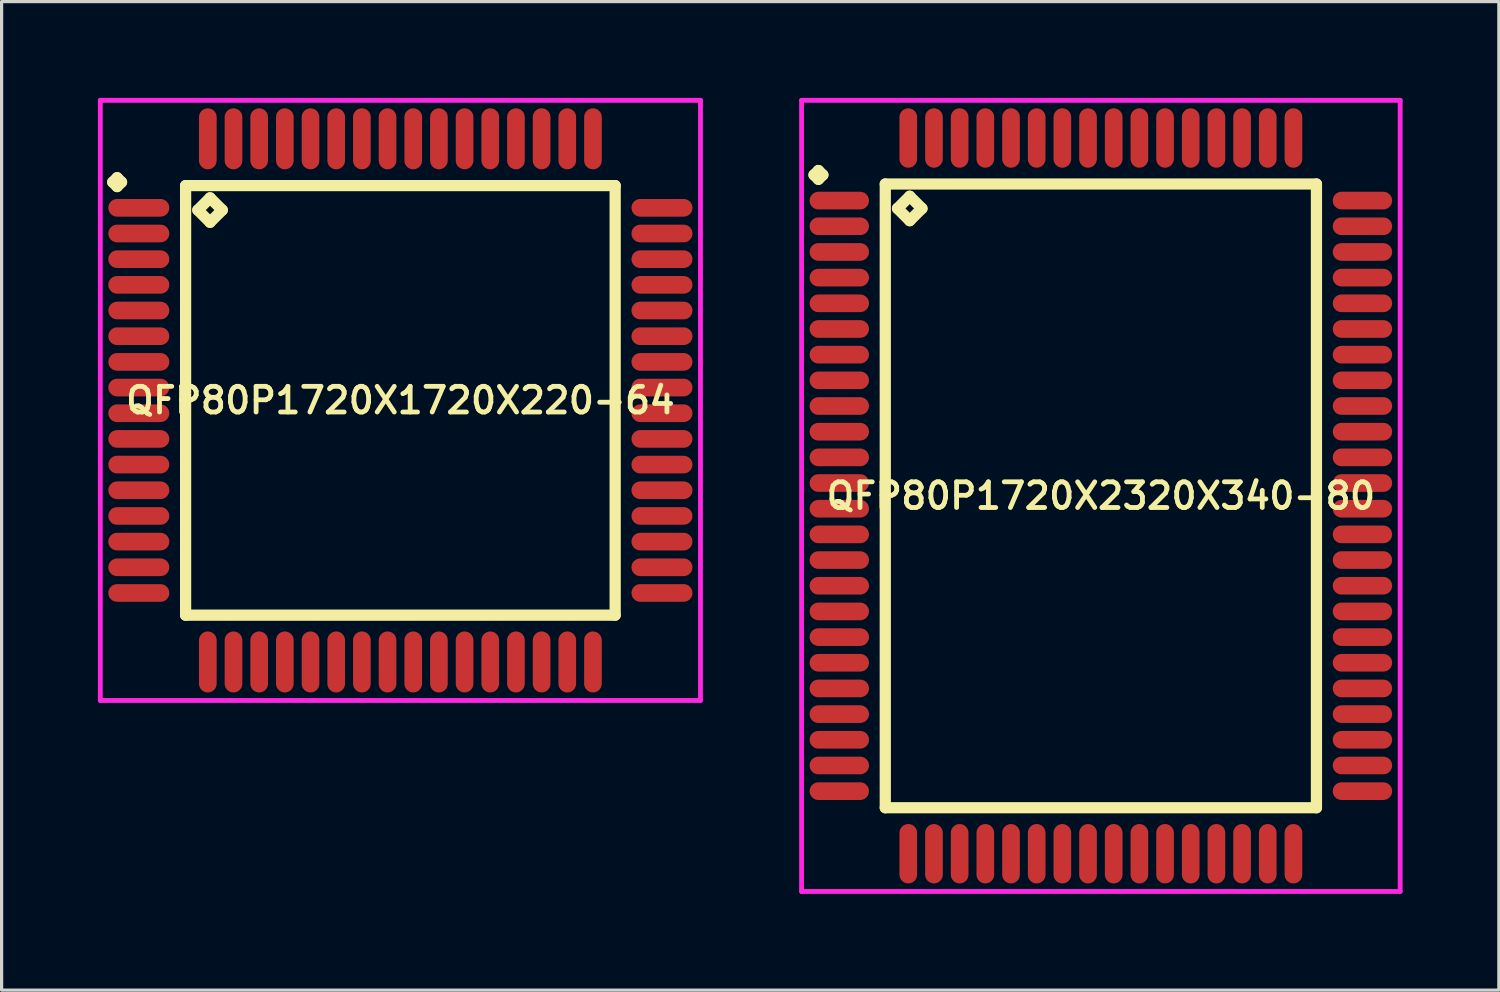
<source format=kicad_pcb>
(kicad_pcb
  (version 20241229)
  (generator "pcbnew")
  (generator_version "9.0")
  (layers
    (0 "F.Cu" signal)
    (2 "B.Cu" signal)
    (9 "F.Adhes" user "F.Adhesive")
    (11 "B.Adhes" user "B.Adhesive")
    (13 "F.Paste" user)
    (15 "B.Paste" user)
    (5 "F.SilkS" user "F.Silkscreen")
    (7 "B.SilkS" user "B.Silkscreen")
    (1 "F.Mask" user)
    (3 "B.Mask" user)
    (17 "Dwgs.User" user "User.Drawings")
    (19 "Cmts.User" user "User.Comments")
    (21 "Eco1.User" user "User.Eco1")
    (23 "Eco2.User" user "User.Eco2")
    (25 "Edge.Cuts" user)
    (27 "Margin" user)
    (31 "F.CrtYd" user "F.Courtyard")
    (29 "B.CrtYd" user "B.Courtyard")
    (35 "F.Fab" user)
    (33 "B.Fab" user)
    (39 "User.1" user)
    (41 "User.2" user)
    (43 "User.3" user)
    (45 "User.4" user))
  (footprint "QFP80P1720X2320X340-80"
    (layer "F.Cu")
    (at 31.25 12.4)
    (property "Reference" "QFP80P1720X2320X340-80" (at 0 0 0) (layer "F.SilkS") (effects (font (size 0.8 0.8) (thickness 0.15))))
    (attr through_hole)
    (fp_line (start -8.938 -10) (end -8.8 -10.137) (stroke (width 0.35) (type solid)) (layer "F.SilkS"))
    (fp_line (start -8.8 -10.137) (end -8.662 -10) (stroke (width 0.35) (type solid)) (layer "F.SilkS"))
    (fp_line (start -8.8 -9.863) (end -8.938 -10) (stroke (width 0.35) (type solid)) (layer "F.SilkS"))
    (fp_line (start -8.662 -10) (end -8.8 -9.863) (stroke (width 0.35) (type solid)) (layer "F.SilkS"))
    (fp_line (start -6.717 -9.717) (end -6.717 9.717) (stroke (width 0.35) (type solid)) (layer "F.SilkS"))
    (fp_line (start -6.717 9.717) (end 6.717 9.717) (stroke (width 0.35) (type solid)) (layer "F.SilkS"))
    (fp_line (start -6.336 -8.955) (end -5.955 -9.336) (stroke (width 0.35) (type solid)) (layer "F.SilkS"))
    (fp_line (start -5.955 -9.336) (end -5.574 -8.955) (stroke (width 0.35) (type solid)) (layer "F.SilkS"))
    (fp_line (start -5.955 -8.574) (end -6.336 -8.955) (stroke (width 0.35) (type solid)) (layer "F.SilkS"))
    (fp_line (start -5.574 -8.955) (end -5.955 -8.574) (stroke (width 0.35) (type solid)) (layer "F.SilkS"))
    (fp_line (start 6.717 -9.717) (end -6.717 -9.717) (stroke (width 0.35) (type solid)) (layer "F.SilkS"))
    (fp_line (start 6.717 9.717) (end 6.717 -9.717) (stroke (width 0.35) (type solid)) (layer "F.SilkS"))
    (fp_line (start -9.325 -12.325) (end 9.325 -12.325) (stroke (width 0.15) (type solid)) (layer "F.CrtYd"))
    (fp_line (start -9.325 12.325) (end -9.325 -12.325) (stroke (width 0.15) (type solid)) (layer "F.CrtYd"))
    (fp_line (start 9.325 -12.325) (end 9.325 12.325) (stroke (width 0.15) (type solid)) (layer "F.CrtYd"))
    (fp_line (start 9.325 12.325) (end -9.325 12.325) (stroke (width 0.15) (type solid)) (layer "F.CrtYd"))
    (pad "1" smd oval (at -8.15 -9.2) (size 1.85 0.55) (layers "F.Cu" "F.Mask" "F.Paste"))
    (pad "2" smd oval (at -8.15 -8.4) (size 1.85 0.55) (layers "F.Cu" "F.Mask" "F.Paste"))
    (pad "3" smd oval (at -8.15 -7.6) (size 1.85 0.55) (layers "F.Cu" "F.Mask" "F.Paste"))
    (pad "4" smd oval (at -8.15 -6.8) (size 1.85 0.55) (layers "F.Cu" "F.Mask" "F.Paste"))
    (pad "5" smd oval (at -8.15 -6) (size 1.85 0.55) (layers "F.Cu" "F.Mask" "F.Paste"))
    (pad "6" smd oval (at -8.15 -5.2) (size 1.85 0.55) (layers "F.Cu" "F.Mask" "F.Paste"))
    (pad "7" smd oval (at -8.15 -4.4) (size 1.85 0.55) (layers "F.Cu" "F.Mask" "F.Paste"))
    (pad "8" smd oval (at -8.15 -3.6) (size 1.85 0.55) (layers "F.Cu" "F.Mask" "F.Paste"))
    (pad "9" smd oval (at -8.15 -2.8) (size 1.85 0.55) (layers "F.Cu" "F.Mask" "F.Paste"))
    (pad "10" smd oval (at -8.15 -2) (size 1.85 0.55) (layers "F.Cu" "F.Mask" "F.Paste"))
    (pad "11" smd oval (at -8.15 -1.2) (size 1.85 0.55) (layers "F.Cu" "F.Mask" "F.Paste"))
    (pad "12" smd oval (at -8.15 -0.4) (size 1.85 0.55) (layers "F.Cu" "F.Mask" "F.Paste"))
    (pad "13" smd oval (at -8.15 0.4) (size 1.85 0.55) (layers "F.Cu" "F.Mask" "F.Paste"))
    (pad "14" smd oval (at -8.15 1.2) (size 1.85 0.55) (layers "F.Cu" "F.Mask" "F.Paste"))
    (pad "15" smd oval (at -8.15 2) (size 1.85 0.55) (layers "F.Cu" "F.Mask" "F.Paste"))
    (pad "16" smd oval (at -8.15 2.8) (size 1.85 0.55) (layers "F.Cu" "F.Mask" "F.Paste"))
    (pad "17" smd oval (at -8.15 3.6) (size 1.85 0.55) (layers "F.Cu" "F.Mask" "F.Paste"))
    (pad "18" smd oval (at -8.15 4.4) (size 1.85 0.55) (layers "F.Cu" "F.Mask" "F.Paste"))
    (pad "19" smd oval (at -8.15 5.2) (size 1.85 0.55) (layers "F.Cu" "F.Mask" "F.Paste"))
    (pad "20" smd oval (at -8.15 6) (size 1.85 0.55) (layers "F.Cu" "F.Mask" "F.Paste"))
    (pad "21" smd oval (at -8.15 6.8) (size 1.85 0.55) (layers "F.Cu" "F.Mask" "F.Paste"))
    (pad "22" smd oval (at -8.15 7.6) (size 1.85 0.55) (layers "F.Cu" "F.Mask" "F.Paste"))
    (pad "23" smd oval (at -8.15 8.4) (size 1.85 0.55) (layers "F.Cu" "F.Mask" "F.Paste"))
    (pad "24" smd oval (at -8.15 9.2) (size 1.85 0.55) (layers "F.Cu" "F.Mask" "F.Paste"))
    (pad "25" smd oval (at -6 11.15) (size 0.55 1.85) (layers "F.Cu" "F.Mask" "F.Paste"))
    (pad "26" smd oval (at -5.2 11.15) (size 0.55 1.85) (layers "F.Cu" "F.Mask" "F.Paste"))
    (pad "27" smd oval (at -4.4 11.15) (size 0.55 1.85) (layers "F.Cu" "F.Mask" "F.Paste"))
    (pad "28" smd oval (at -3.6 11.15) (size 0.55 1.85) (layers "F.Cu" "F.Mask" "F.Paste"))
    (pad "29" smd oval (at -2.8 11.15) (size 0.55 1.85) (layers "F.Cu" "F.Mask" "F.Paste"))
    (pad "30" smd oval (at -2 11.15) (size 0.55 1.85) (layers "F.Cu" "F.Mask" "F.Paste"))
    (pad "31" smd oval (at -1.2 11.15) (size 0.55 1.85) (layers "F.Cu" "F.Mask" "F.Paste"))
    (pad "32" smd oval (at -0.4 11.15) (size 0.55 1.85) (layers "F.Cu" "F.Mask" "F.Paste"))
    (pad "33" smd oval (at 0.4 11.15) (size 0.55 1.85) (layers "F.Cu" "F.Mask" "F.Paste"))
    (pad "34" smd oval (at 1.2 11.15) (size 0.55 1.85) (layers "F.Cu" "F.Mask" "F.Paste"))
    (pad "35" smd oval (at 2 11.15) (size 0.55 1.85) (layers "F.Cu" "F.Mask" "F.Paste"))
    (pad "36" smd oval (at 2.8 11.15) (size 0.55 1.85) (layers "F.Cu" "F.Mask" "F.Paste"))
    (pad "37" smd oval (at 3.6 11.15) (size 0.55 1.85) (layers "F.Cu" "F.Mask" "F.Paste"))
    (pad "38" smd oval (at 4.4 11.15) (size 0.55 1.85) (layers "F.Cu" "F.Mask" "F.Paste"))
    (pad "39" smd oval (at 5.2 11.15) (size 0.55 1.85) (layers "F.Cu" "F.Mask" "F.Paste"))
    (pad "40" smd oval (at 6 11.15) (size 0.55 1.85) (layers "F.Cu" "F.Mask" "F.Paste"))
    (pad "41" smd oval (at 8.15 9.2) (size 1.85 0.55) (layers "F.Cu" "F.Mask" "F.Paste"))
    (pad "42" smd oval (at 8.15 8.4) (size 1.85 0.55) (layers "F.Cu" "F.Mask" "F.Paste"))
    (pad "43" smd oval (at 8.15 7.6) (size 1.85 0.55) (layers "F.Cu" "F.Mask" "F.Paste"))
    (pad "44" smd oval (at 8.15 6.8) (size 1.85 0.55) (layers "F.Cu" "F.Mask" "F.Paste"))
    (pad "45" smd oval (at 8.15 6) (size 1.85 0.55) (layers "F.Cu" "F.Mask" "F.Paste"))
    (pad "46" smd oval (at 8.15 5.2) (size 1.85 0.55) (layers "F.Cu" "F.Mask" "F.Paste"))
    (pad "47" smd oval (at 8.15 4.4) (size 1.85 0.55) (layers "F.Cu" "F.Mask" "F.Paste"))
    (pad "48" smd oval (at 8.15 3.6) (size 1.85 0.55) (layers "F.Cu" "F.Mask" "F.Paste"))
    (pad "49" smd oval (at 8.15 2.8) (size 1.85 0.55) (layers "F.Cu" "F.Mask" "F.Paste"))
    (pad "50" smd oval (at 8.15 2) (size 1.85 0.55) (layers "F.Cu" "F.Mask" "F.Paste"))
    (pad "51" smd oval (at 8.15 1.2) (size 1.85 0.55) (layers "F.Cu" "F.Mask" "F.Paste"))
    (pad "52" smd oval (at 8.15 0.4) (size 1.85 0.55) (layers "F.Cu" "F.Mask" "F.Paste"))
    (pad "53" smd oval (at 8.15 -0.4) (size 1.85 0.55) (layers "F.Cu" "F.Mask" "F.Paste"))
    (pad "54" smd oval (at 8.15 -1.2) (size 1.85 0.55) (layers "F.Cu" "F.Mask" "F.Paste"))
    (pad "55" smd oval (at 8.15 -2) (size 1.85 0.55) (layers "F.Cu" "F.Mask" "F.Paste"))
    (pad "56" smd oval (at 8.15 -2.8) (size 1.85 0.55) (layers "F.Cu" "F.Mask" "F.Paste"))
    (pad "57" smd oval (at 8.15 -3.6) (size 1.85 0.55) (layers "F.Cu" "F.Mask" "F.Paste"))
    (pad "58" smd oval (at 8.15 -4.4) (size 1.85 0.55) (layers "F.Cu" "F.Mask" "F.Paste"))
    (pad "59" smd oval (at 8.15 -5.2) (size 1.85 0.55) (layers "F.Cu" "F.Mask" "F.Paste"))
    (pad "60" smd oval (at 8.15 -6) (size 1.85 0.55) (layers "F.Cu" "F.Mask" "F.Paste"))
    (pad "61" smd oval (at 8.15 -6.8) (size 1.85 0.55) (layers "F.Cu" "F.Mask" "F.Paste"))
    (pad "62" smd oval (at 8.15 -7.6) (size 1.85 0.55) (layers "F.Cu" "F.Mask" "F.Paste"))
    (pad "63" smd oval (at 8.15 -8.4) (size 1.85 0.55) (layers "F.Cu" "F.Mask" "F.Paste"))
    (pad "64" smd oval (at 8.15 -9.2) (size 1.85 0.55) (layers "F.Cu" "F.Mask" "F.Paste"))
    (pad "65" smd oval (at 6 -11.15) (size 0.55 1.85) (layers "F.Cu" "F.Mask" "F.Paste"))
    (pad "66" smd oval (at 5.2 -11.15) (size 0.55 1.85) (layers "F.Cu" "F.Mask" "F.Paste"))
    (pad "67" smd oval (at 4.4 -11.15) (size 0.55 1.85) (layers "F.Cu" "F.Mask" "F.Paste"))
    (pad "68" smd oval (at 3.6 -11.15) (size 0.55 1.85) (layers "F.Cu" "F.Mask" "F.Paste"))
    (pad "69" smd oval (at 2.8 -11.15) (size 0.55 1.85) (layers "F.Cu" "F.Mask" "F.Paste"))
    (pad "70" smd oval (at 2 -11.15) (size 0.55 1.85) (layers "F.Cu" "F.Mask" "F.Paste"))
    (pad "71" smd oval (at 1.2 -11.15) (size 0.55 1.85) (layers "F.Cu" "F.Mask" "F.Paste"))
    (pad "72" smd oval (at 0.4 -11.15) (size 0.55 1.85) (layers "F.Cu" "F.Mask" "F.Paste"))
    (pad "73" smd oval (at -0.4 -11.15) (size 0.55 1.85) (layers "F.Cu" "F.Mask" "F.Paste"))
    (pad "74" smd oval (at -1.2 -11.15) (size 0.55 1.85) (layers "F.Cu" "F.Mask" "F.Paste"))
    (pad "75" smd oval (at -2 -11.15) (size 0.55 1.85) (layers "F.Cu" "F.Mask" "F.Paste"))
    (pad "76" smd oval (at -2.8 -11.15) (size 0.55 1.85) (layers "F.Cu" "F.Mask" "F.Paste"))
    (pad "77" smd oval (at -3.6 -11.15) (size 0.55 1.85) (layers "F.Cu" "F.Mask" "F.Paste"))
    (pad "78" smd oval (at -4.4 -11.15) (size 0.55 1.85) (layers "F.Cu" "F.Mask" "F.Paste"))
    (pad "79" smd oval (at -5.2 -11.15) (size 0.55 1.85) (layers "F.Cu" "F.Mask" "F.Paste"))
    (pad "80" smd oval (at -6 -11.15) (size 0.55 1.85) (layers "F.Cu" "F.Mask" "F.Paste")))
  (footprint "QFP80P1720X1720X220-64"
    (layer "F.Cu")
    (at 9.425 9.425)
    (property "Reference" "QFP80P1720X1720X220-64" (at 0 0 0) (layer "F.SilkS") (effects (font (size 0.8 0.8) (thickness 0.15))))
    (attr through_hole)
    (fp_line (start -8.963 -6.8) (end -8.825 -6.938) (stroke (width 0.35) (type solid)) (layer "F.SilkS"))
    (fp_line (start -8.825 -6.938) (end -8.688 -6.8) (stroke (width 0.35) (type solid)) (layer "F.SilkS"))
    (fp_line (start -8.825 -6.662) (end -8.963 -6.8) (stroke (width 0.35) (type solid)) (layer "F.SilkS"))
    (fp_line (start -8.688 -6.8) (end -8.825 -6.662) (stroke (width 0.35) (type solid)) (layer "F.SilkS"))
    (fp_line (start -6.692 -6.692) (end -6.692 6.692) (stroke (width 0.35) (type solid)) (layer "F.SilkS"))
    (fp_line (start -6.692 6.692) (end 6.692 6.692) (stroke (width 0.35) (type solid)) (layer "F.SilkS"))
    (fp_line (start -6.311 -5.93) (end -5.93 -6.311) (stroke (width 0.35) (type solid)) (layer "F.SilkS"))
    (fp_line (start -5.93 -6.311) (end -5.549 -5.93) (stroke (width 0.35) (type solid)) (layer "F.SilkS"))
    (fp_line (start -5.93 -5.549) (end -6.311 -5.93) (stroke (width 0.35) (type solid)) (layer "F.SilkS"))
    (fp_line (start -5.549 -5.93) (end -5.93 -5.549) (stroke (width 0.35) (type solid)) (layer "F.SilkS"))
    (fp_line (start 6.692 -6.692) (end -6.692 -6.692) (stroke (width 0.35) (type solid)) (layer "F.SilkS"))
    (fp_line (start 6.692 6.692) (end 6.692 -6.692) (stroke (width 0.35) (type solid)) (layer "F.SilkS"))
    (fp_line (start -9.35 -9.35) (end 9.35 -9.35) (stroke (width 0.15) (type solid)) (layer "F.CrtYd"))
    (fp_line (start -9.35 9.35) (end -9.35 -9.35) (stroke (width 0.15) (type solid)) (layer "F.CrtYd"))
    (fp_line (start 9.35 -9.35) (end 9.35 9.35) (stroke (width 0.15) (type solid)) (layer "F.CrtYd"))
    (fp_line (start 9.35 9.35) (end -9.35 9.35) (stroke (width 0.15) (type solid)) (layer "F.CrtYd"))
    (pad "1" smd oval (at -8.15 -6) (size 1.9 0.55) (layers "F.Cu" "F.Mask" "F.Paste"))
    (pad "2" smd oval (at -8.15 -5.2) (size 1.9 0.55) (layers "F.Cu" "F.Mask" "F.Paste"))
    (pad "3" smd oval (at -8.15 -4.4) (size 1.9 0.55) (layers "F.Cu" "F.Mask" "F.Paste"))
    (pad "4" smd oval (at -8.15 -3.6) (size 1.9 0.55) (layers "F.Cu" "F.Mask" "F.Paste"))
    (pad "5" smd oval (at -8.15 -2.8) (size 1.9 0.55) (layers "F.Cu" "F.Mask" "F.Paste"))
    (pad "6" smd oval (at -8.15 -2) (size 1.9 0.55) (layers "F.Cu" "F.Mask" "F.Paste"))
    (pad "7" smd oval (at -8.15 -1.2) (size 1.9 0.55) (layers "F.Cu" "F.Mask" "F.Paste"))
    (pad "8" smd oval (at -8.15 -0.4) (size 1.9 0.55) (layers "F.Cu" "F.Mask" "F.Paste"))
    (pad "9" smd oval (at -8.15 0.4) (size 1.9 0.55) (layers "F.Cu" "F.Mask" "F.Paste"))
    (pad "10" smd oval (at -8.15 1.2) (size 1.9 0.55) (layers "F.Cu" "F.Mask" "F.Paste"))
    (pad "11" smd oval (at -8.15 2) (size 1.9 0.55) (layers "F.Cu" "F.Mask" "F.Paste"))
    (pad "12" smd oval (at -8.15 2.8) (size 1.9 0.55) (layers "F.Cu" "F.Mask" "F.Paste"))
    (pad "13" smd oval (at -8.15 3.6) (size 1.9 0.55) (layers "F.Cu" "F.Mask" "F.Paste"))
    (pad "14" smd oval (at -8.15 4.4) (size 1.9 0.55) (layers "F.Cu" "F.Mask" "F.Paste"))
    (pad "15" smd oval (at -8.15 5.2) (size 1.9 0.55) (layers "F.Cu" "F.Mask" "F.Paste"))
    (pad "16" smd oval (at -8.15 6) (size 1.9 0.55) (layers "F.Cu" "F.Mask" "F.Paste"))
    (pad "17" smd oval (at -6 8.15) (size 0.55 1.9) (layers "F.Cu" "F.Mask" "F.Paste"))
    (pad "18" smd oval (at -5.2 8.15) (size 0.55 1.9) (layers "F.Cu" "F.Mask" "F.Paste"))
    (pad "19" smd oval (at -4.4 8.15) (size 0.55 1.9) (layers "F.Cu" "F.Mask" "F.Paste"))
    (pad "20" smd oval (at -3.6 8.15) (size 0.55 1.9) (layers "F.Cu" "F.Mask" "F.Paste"))
    (pad "21" smd oval (at -2.8 8.15) (size 0.55 1.9) (layers "F.Cu" "F.Mask" "F.Paste"))
    (pad "22" smd oval (at -2 8.15) (size 0.55 1.9) (layers "F.Cu" "F.Mask" "F.Paste"))
    (pad "23" smd oval (at -1.2 8.15) (size 0.55 1.9) (layers "F.Cu" "F.Mask" "F.Paste"))
    (pad "24" smd oval (at -0.4 8.15) (size 0.55 1.9) (layers "F.Cu" "F.Mask" "F.Paste"))
    (pad "25" smd oval (at 0.4 8.15) (size 0.55 1.9) (layers "F.Cu" "F.Mask" "F.Paste"))
    (pad "26" smd oval (at 1.2 8.15) (size 0.55 1.9) (layers "F.Cu" "F.Mask" "F.Paste"))
    (pad "27" smd oval (at 2 8.15) (size 0.55 1.9) (layers "F.Cu" "F.Mask" "F.Paste"))
    (pad "28" smd oval (at 2.8 8.15) (size 0.55 1.9) (layers "F.Cu" "F.Mask" "F.Paste"))
    (pad "29" smd oval (at 3.6 8.15) (size 0.55 1.9) (layers "F.Cu" "F.Mask" "F.Paste"))
    (pad "30" smd oval (at 4.4 8.15) (size 0.55 1.9) (layers "F.Cu" "F.Mask" "F.Paste"))
    (pad "31" smd oval (at 5.2 8.15) (size 0.55 1.9) (layers "F.Cu" "F.Mask" "F.Paste"))
    (pad "32" smd oval (at 6 8.15) (size 0.55 1.9) (layers "F.Cu" "F.Mask" "F.Paste"))
    (pad "33" smd oval (at 8.15 6) (size 1.9 0.55) (layers "F.Cu" "F.Mask" "F.Paste"))
    (pad "34" smd oval (at 8.15 5.2) (size 1.9 0.55) (layers "F.Cu" "F.Mask" "F.Paste"))
    (pad "35" smd oval (at 8.15 4.4) (size 1.9 0.55) (layers "F.Cu" "F.Mask" "F.Paste"))
    (pad "36" smd oval (at 8.15 3.6) (size 1.9 0.55) (layers "F.Cu" "F.Mask" "F.Paste"))
    (pad "37" smd oval (at 8.15 2.8) (size 1.9 0.55) (layers "F.Cu" "F.Mask" "F.Paste"))
    (pad "38" smd oval (at 8.15 2) (size 1.9 0.55) (layers "F.Cu" "F.Mask" "F.Paste"))
    (pad "39" smd oval (at 8.15 1.2) (size 1.9 0.55) (layers "F.Cu" "F.Mask" "F.Paste"))
    (pad "40" smd oval (at 8.15 0.4) (size 1.9 0.55) (layers "F.Cu" "F.Mask" "F.Paste"))
    (pad "41" smd oval (at 8.15 -0.4) (size 1.9 0.55) (layers "F.Cu" "F.Mask" "F.Paste"))
    (pad "42" smd oval (at 8.15 -1.2) (size 1.9 0.55) (layers "F.Cu" "F.Mask" "F.Paste"))
    (pad "43" smd oval (at 8.15 -2) (size 1.9 0.55) (layers "F.Cu" "F.Mask" "F.Paste"))
    (pad "44" smd oval (at 8.15 -2.8) (size 1.9 0.55) (layers "F.Cu" "F.Mask" "F.Paste"))
    (pad "45" smd oval (at 8.15 -3.6) (size 1.9 0.55) (layers "F.Cu" "F.Mask" "F.Paste"))
    (pad "46" smd oval (at 8.15 -4.4) (size 1.9 0.55) (layers "F.Cu" "F.Mask" "F.Paste"))
    (pad "47" smd oval (at 8.15 -5.2) (size 1.9 0.55) (layers "F.Cu" "F.Mask" "F.Paste"))
    (pad "48" smd oval (at 8.15 -6) (size 1.9 0.55) (layers "F.Cu" "F.Mask" "F.Paste"))
    (pad "49" smd oval (at 6 -8.15) (size 0.55 1.9) (layers "F.Cu" "F.Mask" "F.Paste"))
    (pad "50" smd oval (at 5.2 -8.15) (size 0.55 1.9) (layers "F.Cu" "F.Mask" "F.Paste"))
    (pad "51" smd oval (at 4.4 -8.15) (size 0.55 1.9) (layers "F.Cu" "F.Mask" "F.Paste"))
    (pad "52" smd oval (at 3.6 -8.15) (size 0.55 1.9) (layers "F.Cu" "F.Mask" "F.Paste"))
    (pad "53" smd oval (at 2.8 -8.15) (size 0.55 1.9) (layers "F.Cu" "F.Mask" "F.Paste"))
    (pad "54" smd oval (at 2 -8.15) (size 0.55 1.9) (layers "F.Cu" "F.Mask" "F.Paste"))
    (pad "55" smd oval (at 1.2 -8.15) (size 0.55 1.9) (layers "F.Cu" "F.Mask" "F.Paste"))
    (pad "56" smd oval (at 0.4 -8.15) (size 0.55 1.9) (layers "F.Cu" "F.Mask" "F.Paste"))
    (pad "57" smd oval (at -0.4 -8.15) (size 0.55 1.9) (layers "F.Cu" "F.Mask" "F.Paste"))
    (pad "58" smd oval (at -1.2 -8.15) (size 0.55 1.9) (layers "F.Cu" "F.Mask" "F.Paste"))
    (pad "59" smd oval (at -2 -8.15) (size 0.55 1.9) (layers "F.Cu" "F.Mask" "F.Paste"))
    (pad "60" smd oval (at -2.8 -8.15) (size 0.55 1.9) (layers "F.Cu" "F.Mask" "F.Paste"))
    (pad "61" smd oval (at -3.6 -8.15) (size 0.55 1.9) (layers "F.Cu" "F.Mask" "F.Paste"))
    (pad "62" smd oval (at -4.4 -8.15) (size 0.55 1.9) (layers "F.Cu" "F.Mask" "F.Paste"))
    (pad "63" smd oval (at -5.2 -8.15) (size 0.55 1.9) (layers "F.Cu" "F.Mask" "F.Paste"))
    (pad "64" smd oval (at -6 -8.15) (size 0.55 1.9) (layers "F.Cu" "F.Mask" "F.Paste")))
  (gr_rect
    (start -3 -3)
    (end 43.65 27.8)
    (stroke (width 0.1) (type default))
    (fill no)
    (layer "Edge.Cuts")))
</source>
